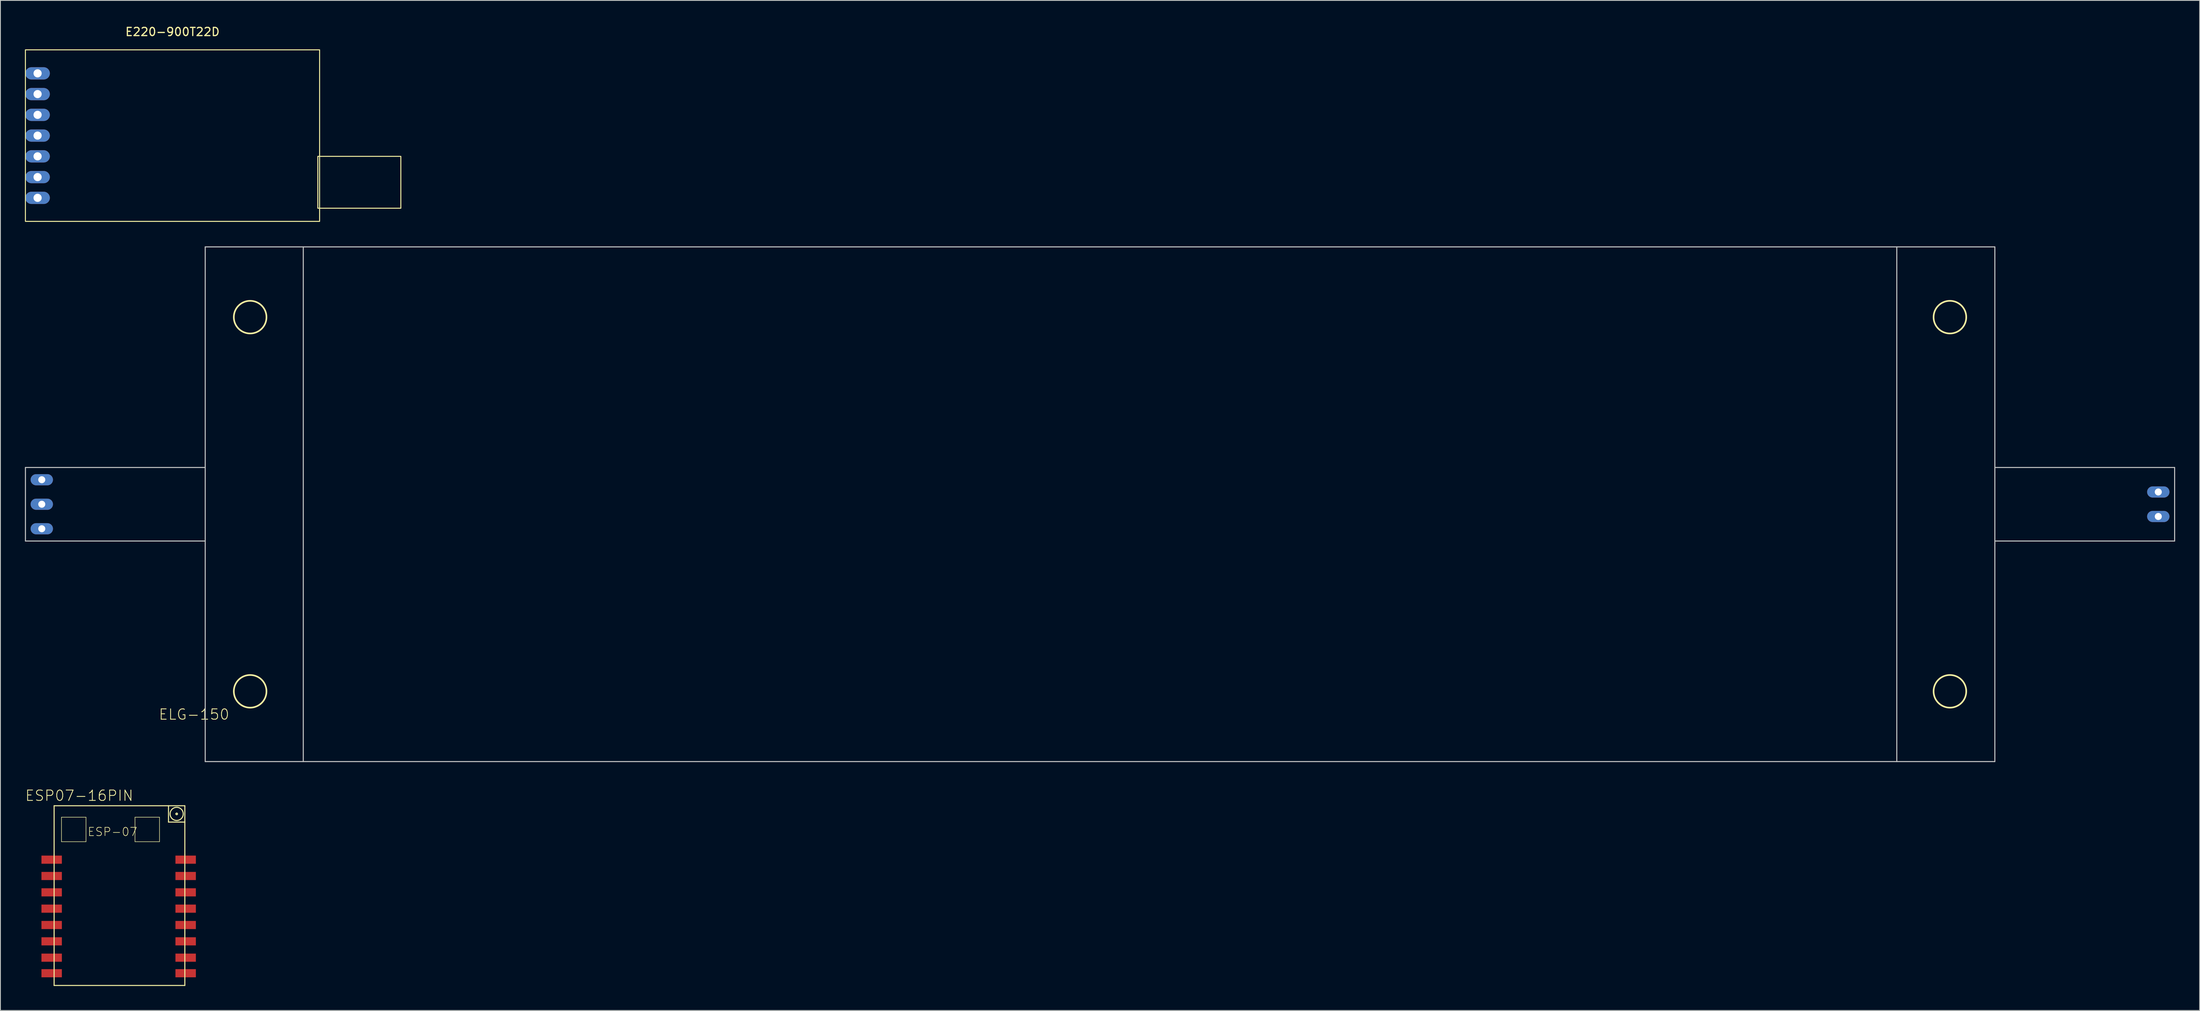
<source format=kicad_pcb>
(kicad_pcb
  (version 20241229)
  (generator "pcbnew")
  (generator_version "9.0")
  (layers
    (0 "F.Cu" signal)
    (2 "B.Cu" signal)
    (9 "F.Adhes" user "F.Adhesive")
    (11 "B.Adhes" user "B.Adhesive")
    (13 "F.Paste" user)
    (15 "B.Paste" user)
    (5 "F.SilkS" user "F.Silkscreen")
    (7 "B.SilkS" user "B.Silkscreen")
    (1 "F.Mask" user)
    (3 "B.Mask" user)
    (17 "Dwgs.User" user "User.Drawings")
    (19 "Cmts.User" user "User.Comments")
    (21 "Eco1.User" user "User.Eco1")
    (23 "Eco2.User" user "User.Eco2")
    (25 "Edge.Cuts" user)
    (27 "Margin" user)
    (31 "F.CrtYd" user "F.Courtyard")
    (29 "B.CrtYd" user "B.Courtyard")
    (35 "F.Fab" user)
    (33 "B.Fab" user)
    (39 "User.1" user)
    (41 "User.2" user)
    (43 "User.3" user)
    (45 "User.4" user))
  (footprint "ESP07-16PIN"
    (layer "F.Cu")
    (at 11.471 107.977)
    (property "Reference" "ESP07-16PIN" (at -4.823 -13.635 0) (layer "F.SilkS") (effects (font (size 1.27 1.27) (thickness 0.102))))
    (attr smd)
    (fp_line (start -7.899 -12.398) (end -7.899 -6.398) (stroke (width 0.127) (type solid)) (layer "F.SilkS"))
    (fp_line (start -7.899 -6.398) (end -7.899 9.599) (stroke (width 0.127) (type solid)) (layer "F.SilkS"))
    (fp_line (start -7.899 9.599) (end 8.098 9.599) (stroke (width 0.127) (type solid)) (layer "F.SilkS"))
    (fp_line (start -6.998 -10.998) (end -3.998 -10.998) (stroke (width 0.066) (type solid)) (layer "F.SilkS"))
    (fp_line (start -6.998 -7.998) (end -6.998 -10.998) (stroke (width 0.066) (type solid)) (layer "F.SilkS"))
    (fp_line (start -6.998 -7.998) (end -3.998 -7.998) (stroke (width 0.066) (type solid)) (layer "F.SilkS"))
    (fp_line (start -3.998 -7.998) (end -3.998 -10.998) (stroke (width 0.066) (type solid)) (layer "F.SilkS"))
    (fp_line (start 1.999 -10.998) (end 4.999 -10.998) (stroke (width 0.066) (type solid)) (layer "F.SilkS"))
    (fp_line (start 1.999 -7.998) (end 1.999 -10.998) (stroke (width 0.066) (type solid)) (layer "F.SilkS"))
    (fp_line (start 1.999 -7.998) (end 4.999 -7.998) (stroke (width 0.066) (type solid)) (layer "F.SilkS"))
    (fp_line (start 4.999 -7.998) (end 4.999 -10.998) (stroke (width 0.066) (type solid)) (layer "F.SilkS"))
    (fp_line (start 6.099 -12.398) (end -7.899 -12.398) (stroke (width 0.127) (type solid)) (layer "F.SilkS"))
    (fp_line (start 6.099 -12.398) (end 6.099 -10.399) (stroke (width 0.127) (type solid)) (layer "F.SilkS"))
    (fp_line (start 6.099 -10.399) (end 8.098 -10.399) (stroke (width 0.127) (type solid)) (layer "F.SilkS"))
    (fp_line (start 8.098 -12.398) (end 6.099 -12.398) (stroke (width 0.127) (type solid)) (layer "F.SilkS"))
    (fp_line (start 8.098 -10.399) (end 8.098 -12.398) (stroke (width 0.127) (type solid)) (layer "F.SilkS"))
    (fp_line (start 8.098 -6.398) (end 8.098 -10.399) (stroke (width 0.127) (type solid)) (layer "F.SilkS"))
    (fp_line (start 8.098 9.599) (end 8.098 -6.398) (stroke (width 0.127) (type solid)) (layer "F.SilkS"))
    (fp_circle (center 7.099 -11.4) (end 7.099 -12.205) (stroke (width 0.127) (type solid)) (fill no) (layer "F.SilkS"))
    (fp_circle (center 7.099 -11.4) (end 7.099 -11.499) (stroke (width 0.127) (type solid)) (fill no) (layer "F.SilkS"))
    (fp_text user "ESP-07" (at -0.752 -9.207 0) (layer "F.SilkS") (effects (font (size 1.016 1.016) (thickness 0.076))))
    (pad "ADC" smd rect (at -8.199 -3.8) (size 2.499 0.998) (layers "F.Cu" "F.Mask" "F.Paste"))
    (pad "CH_PD" smd rect (at -8.199 -1.798) (size 2.499 0.998) (layers "F.Cu" "F.Mask" "F.Paste"))
    (pad "GND" smd rect (at 8.199 8.103) (size 2.499 0.998) (layers "F.Cu" "F.Mask" "F.Paste"))
    (pad "GPIO0" smd rect (at 8.199 2.2) (size 2.499 0.998) (layers "F.Cu" "F.Mask" "F.Paste"))
    (pad "GPIO2" smd rect (at 8.199 4.199) (size 2.499 0.998) (layers "F.Cu" "F.Mask" "F.Paste"))
    (pad "GPIO4" smd rect (at 8.199 -1.798) (size 2.499 0.998) (layers "F.Cu" "F.Mask" "F.Paste"))
    (pad "GPIO5" smd rect (at 8.199 0.198) (size 2.499 0.998) (layers "F.Cu" "F.Mask" "F.Paste"))
    (pad "GPIO12" smd rect (at -8.199 4.199) (size 2.499 0.998) (layers "F.Cu" "F.Mask" "F.Paste"))
    (pad "GPIO13" smd rect (at -8.199 6.198) (size 2.499 0.998) (layers "F.Cu" "F.Mask" "F.Paste"))
    (pad "GPIO14" smd rect (at -8.199 2.2) (size 2.499 0.998) (layers "F.Cu" "F.Mask" "F.Paste"))
    (pad "GPIO15" smd rect (at 8.199 6.198) (size 2.499 0.998) (layers "F.Cu" "F.Mask" "F.Paste"))
    (pad "GPIO16" smd rect (at -8.199 0.198) (size 2.499 0.998) (layers "F.Cu" "F.Mask" "F.Paste"))
    (pad "REST" smd rect (at -8.199 -5.799) (size 2.499 0.998) (layers "F.Cu" "F.Mask" "F.Paste"))
    (pad "RX" smd rect (at 8.199 -3.8) (size 2.499 0.998) (layers "F.Cu" "F.Mask" "F.Paste"))
    (pad "TX" smd rect (at 8.199 -5.799) (size 2.499 0.998) (layers "F.Cu" "F.Mask" "F.Paste"))
    (pad "VCC" smd rect (at -8.199 8.103) (size 2.499 0.998) (layers "F.Cu" "F.Mask" "F.Paste")))
  (footprint "ELG-150"
    (layer "F.Cu")
    (at 22.062 90.171)
    (property "Reference" "ELG-150" (at -1.364 -5.766 0) (layer "F.SilkS") (effects (font (size 1.27 1.27) (thickness 0.102))))
    (attr exclude_from_pos_files exclude_from_bom)
    (fp_circle (center 5.499 -54.399) (end 5.499 -56.398) (stroke (width 0.198) (type solid)) (fill no) (layer "F.SilkS"))
    (fp_circle (center 5.499 -8.598) (end 5.499 -10.597) (stroke (width 0.198) (type solid)) (fill no) (layer "F.SilkS"))
    (fp_circle (center 213.5 -54.399) (end 213.5 -56.398) (stroke (width 0.198) (type solid)) (fill no) (layer "F.SilkS"))
    (fp_circle (center 213.5 -8.598) (end 213.5 -10.597) (stroke (width 0.198) (type solid)) (fill no) (layer "F.SilkS"))
    (fp_line (start -21.999 -26.998) (end -21.999 -35.999) (stroke (width 0.127) (type solid)) (layer "Dwgs.User"))
    (fp_line (start 0 -63) (end 218.999 -63) (stroke (width 0.127) (type solid)) (layer "Dwgs.User"))
    (fp_line (start 0 -35.999) (end -21.999 -35.999) (stroke (width 0.127) (type solid)) (layer "Dwgs.User"))
    (fp_line (start 0 -26.998) (end -21.999 -26.998) (stroke (width 0.127) (type solid)) (layer "Dwgs.User"))
    (fp_line (start 0 0) (end 0 -63) (stroke (width 0.127) (type solid)) (layer "Dwgs.User"))
    (fp_line (start 0 0) (end 218.999 0) (stroke (width 0.127) (type solid)) (layer "Dwgs.User"))
    (fp_line (start 11.999 0) (end 11.999 -63) (stroke (width 0.127) (type solid)) (layer "Dwgs.User"))
    (fp_line (start 207 0) (end 207 -63) (stroke (width 0.127) (type solid)) (layer "Dwgs.User"))
    (fp_line (start 218.999 -35.999) (end 240.998 -35.999) (stroke (width 0.127) (type solid)) (layer "Dwgs.User"))
    (fp_line (start 218.999 -26.998) (end 240.998 -26.998) (stroke (width 0.127) (type solid)) (layer "Dwgs.User"))
    (fp_line (start 218.999 0) (end 218.999 -63) (stroke (width 0.127) (type solid)) (layer "Dwgs.User"))
    (fp_line (start 240.998 -26.998) (end 240.998 -35.999) (stroke (width 0.127) (type solid)) (layer "Dwgs.User"))
    (pad "GND" thru_hole oval (at 238.999 -33 90) (size 1.367 2.736) (drill 0.859) (layers "*.Cu" "*.Paste" "*.Mask"))
    (pad "GROUND" thru_hole oval (at -20 -31.499 90) (size 1.367 2.736) (drill 0.859) (layers "*.Cu" "*.Paste" "*.Mask"))
    (pad "L" thru_hole oval (at -20 -28.499 90) (size 1.367 2.736) (drill 0.859) (layers "*.Cu" "*.Paste" "*.Mask"))
    (pad "N" thru_hole oval (at -20 -34.498 90) (size 1.367 2.736) (drill 0.859) (layers "*.Cu" "*.Paste" "*.Mask"))
    (pad "OUT" thru_hole oval (at 238.999 -30 90) (size 1.367 2.736) (drill 0.859) (layers "*.Cu" "*.Paste" "*.Mask")))
  (footprint "E220-900T22D"
    (layer "F.Cu")
    (at 18.06 13.548)
    (property "Reference" "E220-900T22D" (at 0 -12.7 0) (unlocked yes) (layer "F.SilkS") (effects (font (size 1 1) (thickness 0.15))))
    (attr through_hole)
    (fp_rect (start -18 -10.5) (end 18 10.5) (stroke (width 0.12) (type solid)) (fill no) (layer "F.SilkS"))
    (fp_rect (start 17.78 2.54) (end 27.94 8.89) (stroke (width 0.12) (type solid)) (fill no) (layer "F.SilkS"))
    (pad "1" thru_hole oval (at -16.51 -7.62) (size 3 1.5) (drill 1) (layers "*.Cu" "*.Mask"))
    (pad "2" thru_hole oval (at -16.51 -5.08) (size 3 1.5) (drill 1) (layers "*.Cu" "*.Mask"))
    (pad "3" thru_hole oval (at -16.51 -2.54) (size 3 1.5) (drill 1) (layers "*.Cu" "*.Mask"))
    (pad "4" thru_hole oval (at -16.51 0) (size 3 1.5) (drill 1) (layers "*.Cu" "*.Mask"))
    (pad "5" thru_hole oval (at -16.51 2.54) (size 3 1.5) (drill 1) (layers "*.Cu" "*.Mask"))
    (pad "6" thru_hole oval (at -16.51 5.08) (size 3 1.5) (drill 1) (layers "*.Cu" "*.Mask"))
    (pad "7" thru_hole oval (at -16.51 7.62) (size 3 1.5) (drill 1) (layers "*.Cu" "*.Mask")))
  (gr_rect
    (start -3 -3)
    (end 266.124 120.64)
    (stroke (width 0.1) (type default))
    (fill no)
    (layer "Edge.Cuts")))
</source>
